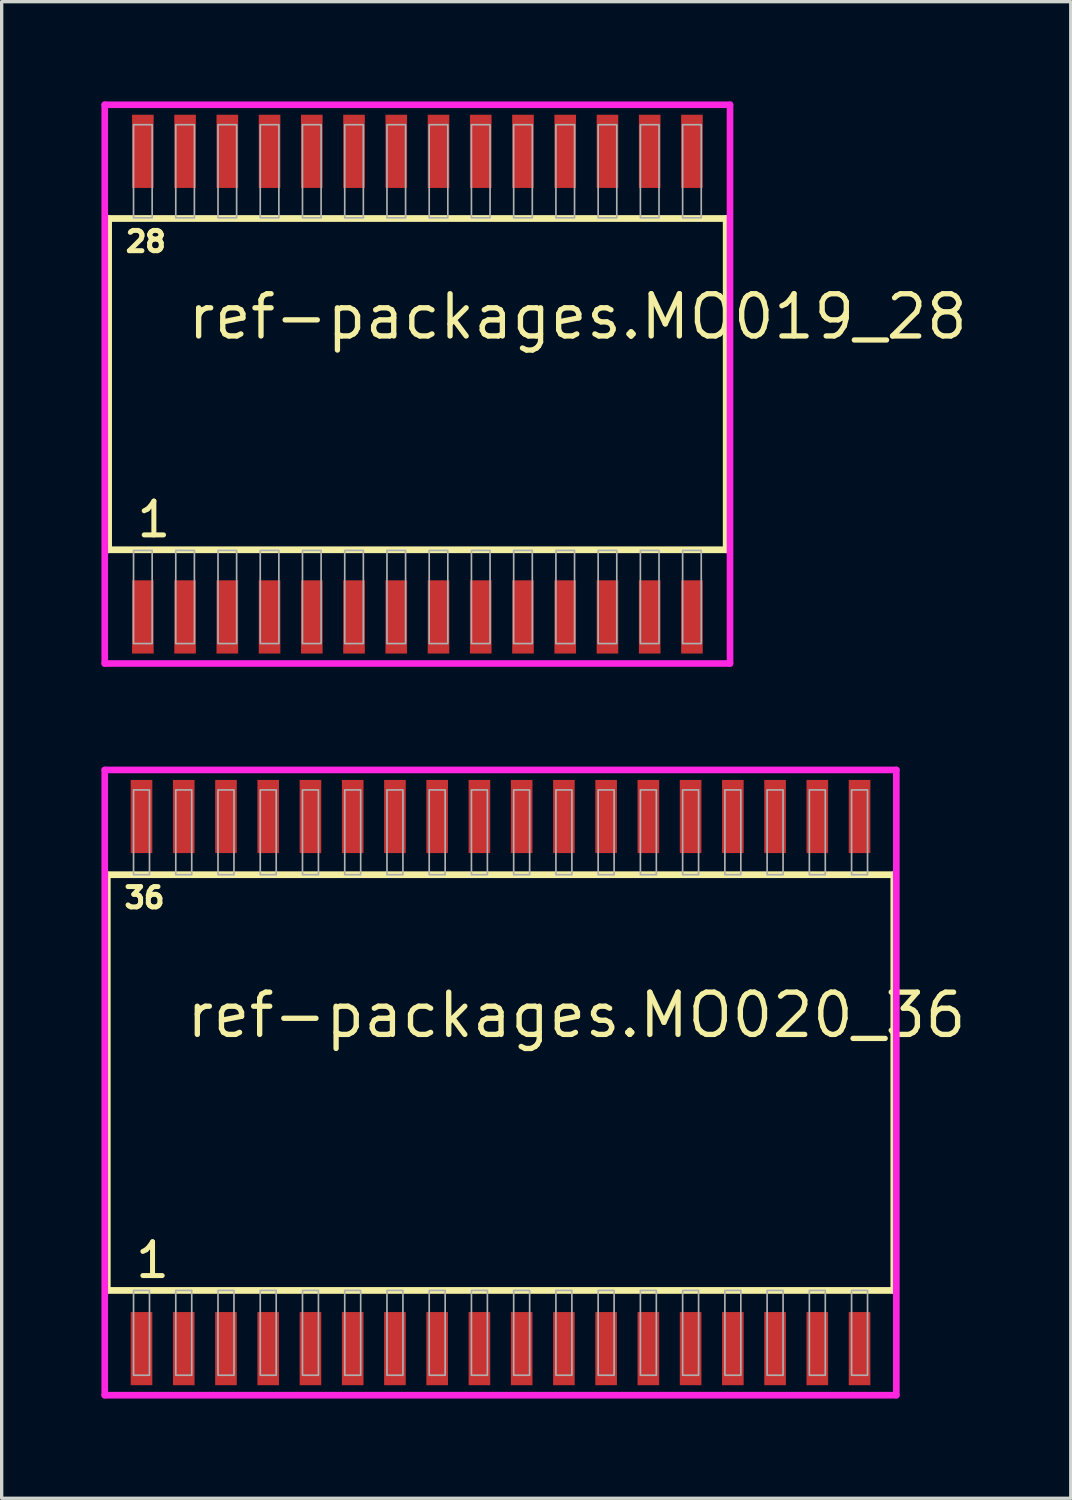
<source format=kicad_pcb>
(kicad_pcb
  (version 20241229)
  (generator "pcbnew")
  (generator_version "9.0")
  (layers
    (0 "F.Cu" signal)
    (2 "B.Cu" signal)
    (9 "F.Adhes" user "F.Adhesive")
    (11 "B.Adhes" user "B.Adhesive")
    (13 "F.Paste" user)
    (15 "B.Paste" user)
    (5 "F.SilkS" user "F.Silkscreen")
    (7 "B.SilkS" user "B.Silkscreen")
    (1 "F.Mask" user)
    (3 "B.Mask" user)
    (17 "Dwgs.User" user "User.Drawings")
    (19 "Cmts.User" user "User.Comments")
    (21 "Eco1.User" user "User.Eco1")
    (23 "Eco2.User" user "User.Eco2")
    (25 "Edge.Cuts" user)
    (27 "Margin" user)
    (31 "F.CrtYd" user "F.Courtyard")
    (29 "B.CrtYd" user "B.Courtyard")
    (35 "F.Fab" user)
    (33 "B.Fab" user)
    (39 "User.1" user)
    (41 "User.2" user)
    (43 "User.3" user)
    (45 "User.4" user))
  (footprint "ref-packages.MO020_36"
    (layer "F.Cu")
    (at 12 29.5)
    (property "Reference" "ref-packages.MO020_36" (at -9.525 -1.285 0) (layer "F.SilkS") (effects (font (size 1.27 1.27) (thickness 0.16)) (justify left bottom)))
    (attr smd)
    (fp_line (start -11.825 -6.25) (end 11.825 -6.25) (stroke (width 0.203) (type default)) (layer "F.SilkS"))
    (fp_line (start -11.825 6.25) (end -11.825 -6.25) (stroke (width 0.203) (type default)) (layer "F.SilkS"))
    (fp_line (start 11.825 -6.25) (end 11.825 6.25) (stroke (width 0.203) (type default)) (layer "F.SilkS"))
    (fp_line (start 11.825 6.25) (end -11.825 6.25) (stroke (width 0.203) (type default)) (layer "F.SilkS"))
    (fp_line (start -11.9 -9.4) (end 11.9 -9.4) (stroke (width 0.2) (type default)) (layer "F.CrtYd"))
    (fp_line (start -11.9 9.4) (end -11.9 -9.4) (stroke (width 0.2) (type default)) (layer "F.CrtYd"))
    (fp_line (start 11.9 -9.4) (end 11.9 9.4) (stroke (width 0.2) (type default)) (layer "F.CrtYd"))
    (fp_line (start 11.9 9.4) (end -11.9 9.4) (stroke (width 0.2) (type default)) (layer "F.CrtYd"))
    (fp_rect (start -11.035 -6.25) (end -10.555 -8.8) (stroke (width 0.05) (type default)) (fill no) (layer "F.Fab"))
    (fp_rect (start -11.035 8.8) (end -10.555 6.25) (stroke (width 0.05) (type default)) (fill no) (layer "F.Fab"))
    (fp_rect (start -9.765 -6.25) (end -9.285 -8.8) (stroke (width 0.05) (type default)) (fill no) (layer "F.Fab"))
    (fp_rect (start -9.765 8.8) (end -9.285 6.25) (stroke (width 0.05) (type default)) (fill no) (layer "F.Fab"))
    (fp_rect (start -8.495 -6.25) (end -8.015 -8.8) (stroke (width 0.05) (type default)) (fill no) (layer "F.Fab"))
    (fp_rect (start -8.495 8.8) (end -8.015 6.25) (stroke (width 0.05) (type default)) (fill no) (layer "F.Fab"))
    (fp_rect (start -7.225 -6.25) (end -6.745 -8.8) (stroke (width 0.05) (type default)) (fill no) (layer "F.Fab"))
    (fp_rect (start -7.225 8.8) (end -6.745 6.25) (stroke (width 0.05) (type default)) (fill no) (layer "F.Fab"))
    (fp_rect (start -5.955 -6.25) (end -5.475 -8.8) (stroke (width 0.05) (type default)) (fill no) (layer "F.Fab"))
    (fp_rect (start -5.955 8.8) (end -5.475 6.25) (stroke (width 0.05) (type default)) (fill no) (layer "F.Fab"))
    (fp_rect (start -4.685 -6.25) (end -4.205 -8.8) (stroke (width 0.05) (type default)) (fill no) (layer "F.Fab"))
    (fp_rect (start -4.685 8.8) (end -4.205 6.25) (stroke (width 0.05) (type default)) (fill no) (layer "F.Fab"))
    (fp_rect (start -3.415 -6.25) (end -2.935 -8.8) (stroke (width 0.05) (type default)) (fill no) (layer "F.Fab"))
    (fp_rect (start -3.415 8.8) (end -2.935 6.25) (stroke (width 0.05) (type default)) (fill no) (layer "F.Fab"))
    (fp_rect (start -2.145 -6.25) (end -1.665 -8.8) (stroke (width 0.05) (type default)) (fill no) (layer "F.Fab"))
    (fp_rect (start -2.145 8.8) (end -1.665 6.25) (stroke (width 0.05) (type default)) (fill no) (layer "F.Fab"))
    (fp_rect (start -0.875 -6.25) (end -0.395 -8.8) (stroke (width 0.05) (type default)) (fill no) (layer "F.Fab"))
    (fp_rect (start -0.875 8.8) (end -0.395 6.25) (stroke (width 0.05) (type default)) (fill no) (layer "F.Fab"))
    (fp_rect (start 0.395 -6.25) (end 0.875 -8.8) (stroke (width 0.05) (type default)) (fill no) (layer "F.Fab"))
    (fp_rect (start 0.395 8.8) (end 0.875 6.25) (stroke (width 0.05) (type default)) (fill no) (layer "F.Fab"))
    (fp_rect (start 1.665 -6.25) (end 2.145 -8.8) (stroke (width 0.05) (type default)) (fill no) (layer "F.Fab"))
    (fp_rect (start 1.665 8.8) (end 2.145 6.25) (stroke (width 0.05) (type default)) (fill no) (layer "F.Fab"))
    (fp_rect (start 2.935 -6.25) (end 3.415 -8.8) (stroke (width 0.05) (type default)) (fill no) (layer "F.Fab"))
    (fp_rect (start 2.935 8.8) (end 3.415 6.25) (stroke (width 0.05) (type default)) (fill no) (layer "F.Fab"))
    (fp_rect (start 4.205 -6.25) (end 4.685 -8.8) (stroke (width 0.05) (type default)) (fill no) (layer "F.Fab"))
    (fp_rect (start 4.205 8.8) (end 4.685 6.25) (stroke (width 0.05) (type default)) (fill no) (layer "F.Fab"))
    (fp_rect (start 5.475 -6.25) (end 5.955 -8.8) (stroke (width 0.05) (type default)) (fill no) (layer "F.Fab"))
    (fp_rect (start 5.475 8.8) (end 5.955 6.25) (stroke (width 0.05) (type default)) (fill no) (layer "F.Fab"))
    (fp_rect (start 6.745 -6.25) (end 7.225 -8.8) (stroke (width 0.05) (type default)) (fill no) (layer "F.Fab"))
    (fp_rect (start 6.745 8.8) (end 7.225 6.25) (stroke (width 0.05) (type default)) (fill no) (layer "F.Fab"))
    (fp_rect (start 8.015 -6.25) (end 8.495 -8.8) (stroke (width 0.05) (type default)) (fill no) (layer "F.Fab"))
    (fp_rect (start 8.015 8.8) (end 8.495 6.25) (stroke (width 0.05) (type default)) (fill no) (layer "F.Fab"))
    (fp_rect (start 9.285 -6.25) (end 9.765 -8.8) (stroke (width 0.05) (type default)) (fill no) (layer "F.Fab"))
    (fp_rect (start 9.285 8.8) (end 9.765 6.25) (stroke (width 0.05) (type default)) (fill no) (layer "F.Fab"))
    (fp_rect (start 10.555 -6.25) (end 11.035 -8.8) (stroke (width 0.05) (type default)) (fill no) (layer "F.Fab"))
    (fp_rect (start 10.555 8.8) (end 11.035 6.25) (stroke (width 0.05) (type default)) (fill no) (layer "F.Fab"))
    (fp_text user "36" (at -11.386 -5.2 0) (layer "F.SilkS") (effects (font (size 0.61 0.61) (thickness 0.15)) (justify left bottom)))
    (fp_text user "1" (at -11.046 5.935 0) (layer "F.SilkS") (effects (font (size 1.016 1.016) (thickness 0.15)) (justify left bottom)))
    (pad "1" smd roundrect (at -10.795 8) (size 0.65 2.2) (layers "F.Cu" "F.Mask" "F.Paste") (roundrect_rratio 0.01))
    (pad "2" smd roundrect (at -9.525 8) (size 0.65 2.2) (layers "F.Cu" "F.Mask" "F.Paste") (roundrect_rratio 0.01))
    (pad "3" smd roundrect (at -8.255 8) (size 0.65 2.2) (layers "F.Cu" "F.Mask" "F.Paste") (roundrect_rratio 0.01))
    (pad "4" smd roundrect (at -6.985 8) (size 0.65 2.2) (layers "F.Cu" "F.Mask" "F.Paste") (roundrect_rratio 0.01))
    (pad "5" smd roundrect (at -5.715 8) (size 0.65 2.2) (layers "F.Cu" "F.Mask" "F.Paste") (roundrect_rratio 0.01))
    (pad "6" smd roundrect (at -4.445 8) (size 0.65 2.2) (layers "F.Cu" "F.Mask" "F.Paste") (roundrect_rratio 0.01))
    (pad "7" smd roundrect (at -3.175 8) (size 0.65 2.2) (layers "F.Cu" "F.Mask" "F.Paste") (roundrect_rratio 0.01))
    (pad "8" smd roundrect (at -1.905 8) (size 0.65 2.2) (layers "F.Cu" "F.Mask" "F.Paste") (roundrect_rratio 0.01))
    (pad "9" smd roundrect (at -0.635 8) (size 0.65 2.2) (layers "F.Cu" "F.Mask" "F.Paste") (roundrect_rratio 0.01))
    (pad "10" smd roundrect (at 0.635 8) (size 0.65 2.2) (layers "F.Cu" "F.Mask" "F.Paste") (roundrect_rratio 0.01))
    (pad "11" smd roundrect (at 1.905 8) (size 0.65 2.2) (layers "F.Cu" "F.Mask" "F.Paste") (roundrect_rratio 0.01))
    (pad "12" smd roundrect (at 3.175 8) (size 0.65 2.2) (layers "F.Cu" "F.Mask" "F.Paste") (roundrect_rratio 0.01))
    (pad "13" smd roundrect (at 4.445 8) (size 0.65 2.2) (layers "F.Cu" "F.Mask" "F.Paste") (roundrect_rratio 0.01))
    (pad "14" smd roundrect (at 5.715 8) (size 0.65 2.2) (layers "F.Cu" "F.Mask" "F.Paste") (roundrect_rratio 0.01))
    (pad "15" smd roundrect (at 6.985 8) (size 0.65 2.2) (layers "F.Cu" "F.Mask" "F.Paste") (roundrect_rratio 0.01))
    (pad "16" smd roundrect (at 8.255 8) (size 0.65 2.2) (layers "F.Cu" "F.Mask" "F.Paste") (roundrect_rratio 0.01))
    (pad "17" smd roundrect (at 9.525 8) (size 0.65 2.2) (layers "F.Cu" "F.Mask" "F.Paste") (roundrect_rratio 0.01))
    (pad "18" smd roundrect (at 10.795 8) (size 0.65 2.2) (layers "F.Cu" "F.Mask" "F.Paste") (roundrect_rratio 0.01))
    (pad "19" smd roundrect (at 10.795 -8) (size 0.65 2.2) (layers "F.Cu" "F.Mask" "F.Paste") (roundrect_rratio 0.01))
    (pad "20" smd roundrect (at 9.525 -8) (size 0.65 2.2) (layers "F.Cu" "F.Mask" "F.Paste") (roundrect_rratio 0.01))
    (pad "21" smd roundrect (at 8.255 -8) (size 0.65 2.2) (layers "F.Cu" "F.Mask" "F.Paste") (roundrect_rratio 0.01))
    (pad "22" smd roundrect (at 6.985 -8) (size 0.65 2.2) (layers "F.Cu" "F.Mask" "F.Paste") (roundrect_rratio 0.01))
    (pad "23" smd roundrect (at 5.715 -8) (size 0.65 2.2) (layers "F.Cu" "F.Mask" "F.Paste") (roundrect_rratio 0.01))
    (pad "24" smd roundrect (at 4.445 -8) (size 0.65 2.2) (layers "F.Cu" "F.Mask" "F.Paste") (roundrect_rratio 0.01))
    (pad "25" smd roundrect (at 3.175 -8) (size 0.65 2.2) (layers "F.Cu" "F.Mask" "F.Paste") (roundrect_rratio 0.01))
    (pad "26" smd roundrect (at 1.905 -8) (size 0.65 2.2) (layers "F.Cu" "F.Mask" "F.Paste") (roundrect_rratio 0.01))
    (pad "27" smd roundrect (at 0.635 -8) (size 0.65 2.2) (layers "F.Cu" "F.Mask" "F.Paste") (roundrect_rratio 0.01))
    (pad "28" smd roundrect (at -0.635 -8) (size 0.65 2.2) (layers "F.Cu" "F.Mask" "F.Paste") (roundrect_rratio 0.01))
    (pad "29" smd roundrect (at -1.905 -8) (size 0.65 2.2) (layers "F.Cu" "F.Mask" "F.Paste") (roundrect_rratio 0.01))
    (pad "30" smd roundrect (at -3.175 -8) (size 0.65 2.2) (layers "F.Cu" "F.Mask" "F.Paste") (roundrect_rratio 0.01))
    (pad "31" smd roundrect (at -4.445 -8) (size 0.65 2.2) (layers "F.Cu" "F.Mask" "F.Paste") (roundrect_rratio 0.01))
    (pad "32" smd roundrect (at -5.715 -8) (size 0.65 2.2) (layers "F.Cu" "F.Mask" "F.Paste") (roundrect_rratio 0.01))
    (pad "33" smd roundrect (at -6.985 -8) (size 0.65 2.2) (layers "F.Cu" "F.Mask" "F.Paste") (roundrect_rratio 0.01))
    (pad "34" smd roundrect (at -8.255 -8) (size 0.65 2.2) (layers "F.Cu" "F.Mask" "F.Paste") (roundrect_rratio 0.01))
    (pad "35" smd roundrect (at -9.525 -8) (size 0.65 2.2) (layers "F.Cu" "F.Mask" "F.Paste") (roundrect_rratio 0.01))
    (pad "36" smd roundrect (at -10.795 -8) (size 0.65 2.2) (layers "F.Cu" "F.Mask" "F.Paste") (roundrect_rratio 0.01)))
  (footprint "ref-packages.MO019_28"
    (layer "F.Cu")
    (at 9.5 8.5)
    (property "Reference" "ref-packages.MO019_28" (at -6.985 -1.285 0) (layer "F.SilkS") (effects (font (size 1.27 1.27) (thickness 0.16)) (justify left bottom)))
    (attr smd)
    (fp_line (start -9.285 -4.98) (end 9.285 -4.98) (stroke (width 0.203) (type default)) (layer "F.SilkS"))
    (fp_line (start -9.285 4.98) (end -9.285 -4.98) (stroke (width 0.203) (type default)) (layer "F.SilkS"))
    (fp_line (start 9.285 -4.98) (end 9.285 4.98) (stroke (width 0.203) (type default)) (layer "F.SilkS"))
    (fp_line (start 9.285 4.98) (end -9.285 4.98) (stroke (width 0.203) (type default)) (layer "F.SilkS"))
    (fp_line (start -9.4 -8.4) (end 9.4 -8.4) (stroke (width 0.2) (type default)) (layer "F.CrtYd"))
    (fp_line (start -9.4 8.4) (end -9.4 -8.4) (stroke (width 0.2) (type default)) (layer "F.CrtYd"))
    (fp_line (start 9.4 -8.4) (end 9.4 8.4) (stroke (width 0.2) (type default)) (layer "F.CrtYd"))
    (fp_line (start 9.4 8.4) (end -9.4 8.4) (stroke (width 0.2) (type default)) (layer "F.CrtYd"))
    (fp_rect (start -8.535 -5) (end -7.975 -7.8) (stroke (width 0.05) (type default)) (fill no) (layer "F.Fab"))
    (fp_rect (start -8.535 7.8) (end -7.975 5) (stroke (width 0.05) (type default)) (fill no) (layer "F.Fab"))
    (fp_rect (start -7.265 -5) (end -6.705 -7.8) (stroke (width 0.05) (type default)) (fill no) (layer "F.Fab"))
    (fp_rect (start -7.265 7.8) (end -6.705 5) (stroke (width 0.05) (type default)) (fill no) (layer "F.Fab"))
    (fp_rect (start -5.995 -5) (end -5.435 -7.8) (stroke (width 0.05) (type default)) (fill no) (layer "F.Fab"))
    (fp_rect (start -5.995 7.8) (end -5.435 5) (stroke (width 0.05) (type default)) (fill no) (layer "F.Fab"))
    (fp_rect (start -4.725 -5) (end -4.165 -7.8) (stroke (width 0.05) (type default)) (fill no) (layer "F.Fab"))
    (fp_rect (start -4.725 7.8) (end -4.165 5) (stroke (width 0.05) (type default)) (fill no) (layer "F.Fab"))
    (fp_rect (start -3.455 -5) (end -2.895 -7.8) (stroke (width 0.05) (type default)) (fill no) (layer "F.Fab"))
    (fp_rect (start -3.455 7.8) (end -2.895 5) (stroke (width 0.05) (type default)) (fill no) (layer "F.Fab"))
    (fp_rect (start -2.185 -5) (end -1.625 -7.8) (stroke (width 0.05) (type default)) (fill no) (layer "F.Fab"))
    (fp_rect (start -2.185 7.8) (end -1.625 5) (stroke (width 0.05) (type default)) (fill no) (layer "F.Fab"))
    (fp_rect (start -0.915 -5) (end -0.355 -7.8) (stroke (width 0.05) (type default)) (fill no) (layer "F.Fab"))
    (fp_rect (start -0.915 7.8) (end -0.355 5) (stroke (width 0.05) (type default)) (fill no) (layer "F.Fab"))
    (fp_rect (start 0.355 -5) (end 0.915 -7.8) (stroke (width 0.05) (type default)) (fill no) (layer "F.Fab"))
    (fp_rect (start 0.355 7.8) (end 0.915 5) (stroke (width 0.05) (type default)) (fill no) (layer "F.Fab"))
    (fp_rect (start 1.625 -5) (end 2.185 -7.8) (stroke (width 0.05) (type default)) (fill no) (layer "F.Fab"))
    (fp_rect (start 1.625 7.8) (end 2.185 5) (stroke (width 0.05) (type default)) (fill no) (layer "F.Fab"))
    (fp_rect (start 2.895 -5) (end 3.455 -7.8) (stroke (width 0.05) (type default)) (fill no) (layer "F.Fab"))
    (fp_rect (start 2.895 7.8) (end 3.455 5) (stroke (width 0.05) (type default)) (fill no) (layer "F.Fab"))
    (fp_rect (start 4.165 -5) (end 4.725 -7.8) (stroke (width 0.05) (type default)) (fill no) (layer "F.Fab"))
    (fp_rect (start 4.165 7.8) (end 4.725 5) (stroke (width 0.05) (type default)) (fill no) (layer "F.Fab"))
    (fp_rect (start 5.435 -5) (end 5.995 -7.8) (stroke (width 0.05) (type default)) (fill no) (layer "F.Fab"))
    (fp_rect (start 5.435 7.8) (end 5.995 5) (stroke (width 0.05) (type default)) (fill no) (layer "F.Fab"))
    (fp_rect (start 6.705 -5) (end 7.265 -7.8) (stroke (width 0.05) (type default)) (fill no) (layer "F.Fab"))
    (fp_rect (start 6.705 7.8) (end 7.265 5) (stroke (width 0.05) (type default)) (fill no) (layer "F.Fab"))
    (fp_rect (start 7.975 -5) (end 8.535 -7.8) (stroke (width 0.05) (type default)) (fill no) (layer "F.Fab"))
    (fp_rect (start 7.975 7.8) (end 8.535 5) (stroke (width 0.05) (type default)) (fill no) (layer "F.Fab"))
    (fp_text user "1" (at -8.506 4.665 0) (layer "F.SilkS") (effects (font (size 1.016 1.016) (thickness 0.15)) (justify left bottom)))
    (fp_text user "28" (at -8.846 -3.93 0) (layer "F.SilkS") (effects (font (size 0.61 0.61) (thickness 0.15)) (justify left bottom)))
    (pad "1" smd roundrect (at -8.255 7) (size 0.65 2.2) (layers "F.Cu" "F.Mask" "F.Paste") (roundrect_rratio 0.01))
    (pad "2" smd roundrect (at -6.985 7) (size 0.65 2.2) (layers "F.Cu" "F.Mask" "F.Paste") (roundrect_rratio 0.01))
    (pad "3" smd roundrect (at -5.715 7) (size 0.65 2.2) (layers "F.Cu" "F.Mask" "F.Paste") (roundrect_rratio 0.01))
    (pad "4" smd roundrect (at -4.445 7) (size 0.65 2.2) (layers "F.Cu" "F.Mask" "F.Paste") (roundrect_rratio 0.01))
    (pad "5" smd roundrect (at -3.175 7) (size 0.65 2.2) (layers "F.Cu" "F.Mask" "F.Paste") (roundrect_rratio 0.01))
    (pad "6" smd roundrect (at -1.905 7) (size 0.65 2.2) (layers "F.Cu" "F.Mask" "F.Paste") (roundrect_rratio 0.01))
    (pad "7" smd roundrect (at -0.635 7) (size 0.65 2.2) (layers "F.Cu" "F.Mask" "F.Paste") (roundrect_rratio 0.01))
    (pad "8" smd roundrect (at 0.635 7) (size 0.65 2.2) (layers "F.Cu" "F.Mask" "F.Paste") (roundrect_rratio 0.01))
    (pad "9" smd roundrect (at 1.905 7) (size 0.65 2.2) (layers "F.Cu" "F.Mask" "F.Paste") (roundrect_rratio 0.01))
    (pad "10" smd roundrect (at 3.175 7) (size 0.65 2.2) (layers "F.Cu" "F.Mask" "F.Paste") (roundrect_rratio 0.01))
    (pad "11" smd roundrect (at 4.445 7) (size 0.65 2.2) (layers "F.Cu" "F.Mask" "F.Paste") (roundrect_rratio 0.01))
    (pad "12" smd roundrect (at 5.715 7) (size 0.65 2.2) (layers "F.Cu" "F.Mask" "F.Paste") (roundrect_rratio 0.01))
    (pad "13" smd roundrect (at 6.985 7) (size 0.65 2.2) (layers "F.Cu" "F.Mask" "F.Paste") (roundrect_rratio 0.01))
    (pad "14" smd roundrect (at 8.255 7) (size 0.65 2.2) (layers "F.Cu" "F.Mask" "F.Paste") (roundrect_rratio 0.01))
    (pad "15" smd roundrect (at 8.255 -7) (size 0.65 2.2) (layers "F.Cu" "F.Mask" "F.Paste") (roundrect_rratio 0.01))
    (pad "16" smd roundrect (at 6.985 -7) (size 0.65 2.2) (layers "F.Cu" "F.Mask" "F.Paste") (roundrect_rratio 0.01))
    (pad "17" smd roundrect (at 5.715 -7) (size 0.65 2.2) (layers "F.Cu" "F.Mask" "F.Paste") (roundrect_rratio 0.01))
    (pad "18" smd roundrect (at 4.445 -7) (size 0.65 2.2) (layers "F.Cu" "F.Mask" "F.Paste") (roundrect_rratio 0.01))
    (pad "19" smd roundrect (at 3.175 -7) (size 0.65 2.2) (layers "F.Cu" "F.Mask" "F.Paste") (roundrect_rratio 0.01))
    (pad "20" smd roundrect (at 1.905 -7) (size 0.65 2.2) (layers "F.Cu" "F.Mask" "F.Paste") (roundrect_rratio 0.01))
    (pad "21" smd roundrect (at 0.635 -7) (size 0.65 2.2) (layers "F.Cu" "F.Mask" "F.Paste") (roundrect_rratio 0.01))
    (pad "22" smd roundrect (at -0.635 -7) (size 0.65 2.2) (layers "F.Cu" "F.Mask" "F.Paste") (roundrect_rratio 0.01))
    (pad "23" smd roundrect (at -1.905 -7) (size 0.65 2.2) (layers "F.Cu" "F.Mask" "F.Paste") (roundrect_rratio 0.01))
    (pad "24" smd roundrect (at -3.175 -7) (size 0.65 2.2) (layers "F.Cu" "F.Mask" "F.Paste") (roundrect_rratio 0.01))
    (pad "25" smd roundrect (at -4.445 -7) (size 0.65 2.2) (layers "F.Cu" "F.Mask" "F.Paste") (roundrect_rratio 0.01))
    (pad "26" smd roundrect (at -5.715 -7) (size 0.65 2.2) (layers "F.Cu" "F.Mask" "F.Paste") (roundrect_rratio 0.01))
    (pad "27" smd roundrect (at -6.985 -7) (size 0.65 2.2) (layers "F.Cu" "F.Mask" "F.Paste") (roundrect_rratio 0.01))
    (pad "28" smd roundrect (at -8.255 -7) (size 0.65 2.2) (layers "F.Cu" "F.Mask" "F.Paste") (roundrect_rratio 0.01)))
  (gr_rect
    (start -3 -3)
    (end 29.145 42)
    (stroke (width 0.1) (type default))
    (fill no)
    (layer "Edge.Cuts")))
</source>
